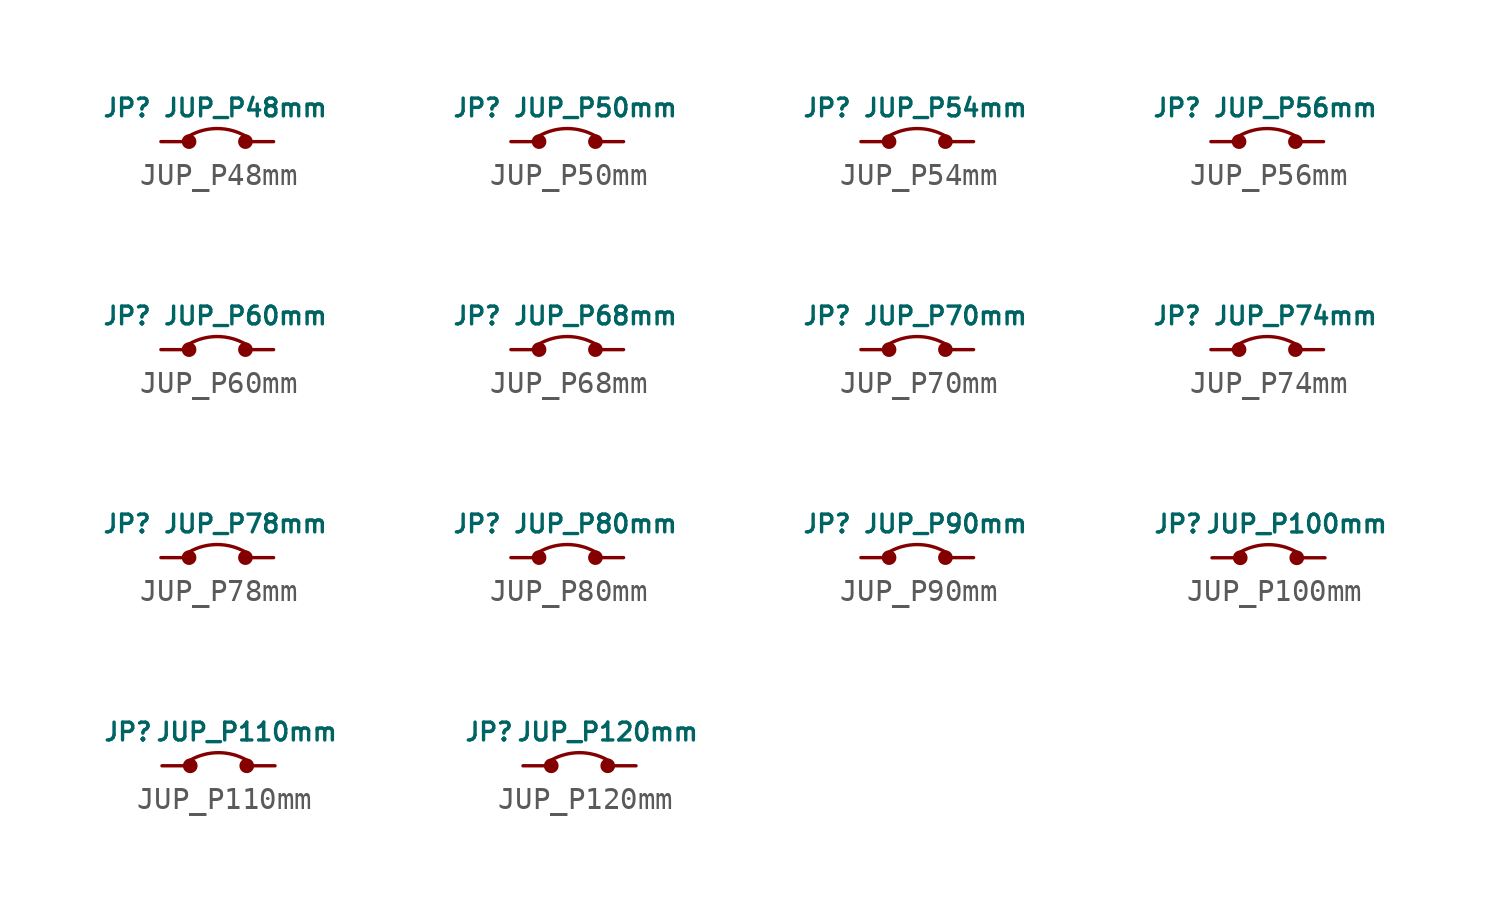
<source format=kicad_sym>
(kicad_symbol_lib
  (version 20211014)
  (generator kicad_symbol_editor)
  (symbol "JUP_P48mm"
    (property "Reference" "JP"
      (at -4.064 1.524 0)
      (effects (font (size 0.8 0.8))))
    (property "Value" "JUP_P48mm"
      (at 1.27 1.524 0)
      (effects (font (size 0.8 0.8))))
    (symbol "JUP_P48mm_0_1"
      (circle (center -1.27 0) (radius 0.254) (stroke (width 0) (type default) (color 0 0 0 0)) (fill (type outline)))
      (circle (center 1.27 0) (radius 0.254) (stroke (width 0) (type default) (color 0 0 0 0)) (fill (type outline)))
      (arc (start 1.27 0.254) (mid 0 0.5892) (end -1.27 0.254) (stroke (width 0) (type default) (color 0 0 0 0)) (fill (type none))))
    (symbol "JUP_P48mm_1_1"
      (pin passive line (at -2.54 0 0) (length 1.2) (name "" (effects (font (size 1.27 1.27)))) (number "1" (effects (font (size 0 0)))))
      (pin passive line (at 2.54 0 180) (length 1.2) (name "" (effects (font (size 1.27 1.27)))) (number "2" (effects (font (size 0 0)))))))
  (symbol "JUP_P50mm"
    (property "Reference" "JP"
      (at -4.064 1.524 0)
      (effects (font (size 0.8 0.8))))
    (property "Value" "JUP_P50mm"
      (at 1.27 1.524 0)
      (effects (font (size 0.8 0.8))))
    (symbol "JUP_P50mm_0_1"
      (circle (center -1.27 0) (radius 0.254) (stroke (width 0) (type default) (color 0 0 0 0)) (fill (type outline)))
      (circle (center 1.27 0) (radius 0.254) (stroke (width 0) (type default) (color 0 0 0 0)) (fill (type outline)))
      (arc (start 1.27 0.254) (mid 0 0.5892) (end -1.27 0.254) (stroke (width 0) (type default) (color 0 0 0 0)) (fill (type none))))
    (symbol "JUP_P50mm_1_1"
      (pin passive line (at -2.54 0 0) (length 1.2) (name "" (effects (font (size 1.27 1.27)))) (number "1" (effects (font (size 0 0)))))
      (pin passive line (at 2.54 0 180) (length 1.2) (name "" (effects (font (size 1.27 1.27)))) (number "2" (effects (font (size 0 0)))))))
  (symbol "JUP_P54mm"
    (property "Reference" "JP"
      (at -4.064 1.524 0)
      (effects (font (size 0.8 0.8))))
    (property "Value" "JUP_P54mm"
      (at 1.27 1.524 0)
      (effects (font (size 0.8 0.8))))
    (symbol "JUP_P54mm_0_1"
      (circle (center -1.27 0) (radius 0.254) (stroke (width 0) (type default) (color 0 0 0 0)) (fill (type outline)))
      (circle (center 1.27 0) (radius 0.254) (stroke (width 0) (type default) (color 0 0 0 0)) (fill (type outline)))
      (arc (start 1.27 0.254) (mid 0 0.5892) (end -1.27 0.254) (stroke (width 0) (type default) (color 0 0 0 0)) (fill (type none))))
    (symbol "JUP_P54mm_1_1"
      (pin passive line (at -2.54 0 0) (length 1.2) (name "" (effects (font (size 1.27 1.27)))) (number "1" (effects (font (size 0 0)))))
      (pin passive line (at 2.54 0 180) (length 1.2) (name "" (effects (font (size 1.27 1.27)))) (number "2" (effects (font (size 0 0)))))))
  (symbol "JUP_P56mm"
    (property "Reference" "JP"
      (at -4.064 1.524 0)
      (effects (font (size 0.8 0.8))))
    (property "Value" "JUP_P56mm"
      (at 1.27 1.524 0)
      (effects (font (size 0.8 0.8))))
    (symbol "JUP_P56mm_0_1"
      (circle (center -1.27 0) (radius 0.254) (stroke (width 0) (type default) (color 0 0 0 0)) (fill (type outline)))
      (circle (center 1.27 0) (radius 0.254) (stroke (width 0) (type default) (color 0 0 0 0)) (fill (type outline)))
      (arc (start 1.27 0.254) (mid 0 0.5892) (end -1.27 0.254) (stroke (width 0) (type default) (color 0 0 0 0)) (fill (type none))))
    (symbol "JUP_P56mm_1_1"
      (pin passive line (at -2.54 0 0) (length 1.2) (name "" (effects (font (size 1.27 1.27)))) (number "1" (effects (font (size 0 0)))))
      (pin passive line (at 2.54 0 180) (length 1.2) (name "" (effects (font (size 1.27 1.27)))) (number "2" (effects (font (size 0 0)))))))
  (symbol "JUP_P60mm"
    (property "Reference" "JP"
      (at -4.064 1.524 0)
      (effects (font (size 0.8 0.8))))
    (property "Value" "JUP_P60mm"
      (at 1.27 1.524 0)
      (effects (font (size 0.8 0.8))))
    (symbol "JUP_P60mm_0_1"
      (circle (center -1.27 0) (radius 0.254) (stroke (width 0) (type default) (color 0 0 0 0)) (fill (type outline)))
      (circle (center 1.27 0) (radius 0.254) (stroke (width 0) (type default) (color 0 0 0 0)) (fill (type outline)))
      (arc (start 1.27 0.254) (mid 0 0.5892) (end -1.27 0.254) (stroke (width 0) (type default) (color 0 0 0 0)) (fill (type none))))
    (symbol "JUP_P60mm_1_1"
      (pin passive line (at -2.54 0 0) (length 1.2) (name "" (effects (font (size 1.27 1.27)))) (number "1" (effects (font (size 0 0)))))
      (pin passive line (at 2.54 0 180) (length 1.2) (name "" (effects (font (size 1.27 1.27)))) (number "2" (effects (font (size 0 0)))))))
  (symbol "JUP_P68mm"
    (property "Reference" "JP"
      (at -4.064 1.524 0)
      (effects (font (size 0.8 0.8))))
    (property "Value" "JUP_P68mm"
      (at 1.27 1.524 0)
      (effects (font (size 0.8 0.8))))
    (symbol "JUP_P68mm_0_1"
      (circle (center -1.27 0) (radius 0.254) (stroke (width 0) (type default) (color 0 0 0 0)) (fill (type outline)))
      (circle (center 1.27 0) (radius 0.254) (stroke (width 0) (type default) (color 0 0 0 0)) (fill (type outline)))
      (arc (start 1.27 0.254) (mid 0 0.5892) (end -1.27 0.254) (stroke (width 0) (type default) (color 0 0 0 0)) (fill (type none))))
    (symbol "JUP_P68mm_1_1"
      (pin passive line (at -2.54 0 0) (length 1.2) (name "" (effects (font (size 1.27 1.27)))) (number "1" (effects (font (size 0 0)))))
      (pin passive line (at 2.54 0 180) (length 1.2) (name "" (effects (font (size 1.27 1.27)))) (number "2" (effects (font (size 0 0)))))))
  (symbol "JUP_P70mm"
    (property "Reference" "JP"
      (at -4.064 1.524 0)
      (effects (font (size 0.8 0.8))))
    (property "Value" "JUP_P70mm"
      (at 1.27 1.524 0)
      (effects (font (size 0.8 0.8))))
    (symbol "JUP_P70mm_0_1"
      (circle (center -1.27 0) (radius 0.254) (stroke (width 0) (type default) (color 0 0 0 0)) (fill (type outline)))
      (circle (center 1.27 0) (radius 0.254) (stroke (width 0) (type default) (color 0 0 0 0)) (fill (type outline)))
      (arc (start 1.27 0.254) (mid 0 0.5892) (end -1.27 0.254) (stroke (width 0) (type default) (color 0 0 0 0)) (fill (type none))))
    (symbol "JUP_P70mm_1_1"
      (pin passive line (at -2.54 0 0) (length 1.2) (name "" (effects (font (size 1.27 1.27)))) (number "1" (effects (font (size 0 0)))))
      (pin passive line (at 2.54 0 180) (length 1.2) (name "" (effects (font (size 1.27 1.27)))) (number "2" (effects (font (size 0 0)))))))
  (symbol "JUP_P74mm"
    (property "Reference" "JP"
      (at -4.064 1.524 0)
      (effects (font (size 0.8 0.8))))
    (property "Value" "JUP_P74mm"
      (at 1.27 1.524 0)
      (effects (font (size 0.8 0.8))))
    (symbol "JUP_P74mm_0_1"
      (circle (center -1.27 0) (radius 0.254) (stroke (width 0) (type default) (color 0 0 0 0)) (fill (type outline)))
      (circle (center 1.27 0) (radius 0.254) (stroke (width 0) (type default) (color 0 0 0 0)) (fill (type outline)))
      (arc (start 1.27 0.254) (mid 0 0.5892) (end -1.27 0.254) (stroke (width 0) (type default) (color 0 0 0 0)) (fill (type none))))
    (symbol "JUP_P74mm_1_1"
      (pin passive line (at -2.54 0 0) (length 1.2) (name "" (effects (font (size 1.27 1.27)))) (number "1" (effects (font (size 0 0)))))
      (pin passive line (at 2.54 0 180) (length 1.2) (name "" (effects (font (size 1.27 1.27)))) (number "2" (effects (font (size 0 0)))))))
  (symbol "JUP_P78mm"
    (property "Reference" "JP"
      (at -4.064 1.524 0)
      (effects (font (size 0.8 0.8))))
    (property "Value" "JUP_P78mm"
      (at 1.27 1.524 0)
      (effects (font (size 0.8 0.8))))
    (symbol "JUP_P78mm_0_1"
      (circle (center -1.27 0) (radius 0.254) (stroke (width 0) (type default) (color 0 0 0 0)) (fill (type outline)))
      (circle (center 1.27 0) (radius 0.254) (stroke (width 0) (type default) (color 0 0 0 0)) (fill (type outline)))
      (arc (start 1.27 0.254) (mid 0 0.5892) (end -1.27 0.254) (stroke (width 0) (type default) (color 0 0 0 0)) (fill (type none))))
    (symbol "JUP_P78mm_1_1"
      (pin passive line (at -2.54 0 0) (length 1.2) (name "" (effects (font (size 1.27 1.27)))) (number "1" (effects (font (size 0 0)))))
      (pin passive line (at 2.54 0 180) (length 1.2) (name "" (effects (font (size 1.27 1.27)))) (number "2" (effects (font (size 0 0)))))))
  (symbol "JUP_P80mm"
    (property "Reference" "JP"
      (at -4.064 1.524 0)
      (effects (font (size 0.8 0.8))))
    (property "Value" "JUP_P80mm"
      (at 1.27 1.524 0)
      (effects (font (size 0.8 0.8))))
    (symbol "JUP_P80mm_0_1"
      (circle (center -1.27 0) (radius 0.254) (stroke (width 0) (type default) (color 0 0 0 0)) (fill (type outline)))
      (circle (center 1.27 0) (radius 0.254) (stroke (width 0) (type default) (color 0 0 0 0)) (fill (type outline)))
      (arc (start 1.27 0.254) (mid 0 0.5892) (end -1.27 0.254) (stroke (width 0) (type default) (color 0 0 0 0)) (fill (type none))))
    (symbol "JUP_P80mm_1_1"
      (pin passive line (at -2.54 0 0) (length 1.2) (name "" (effects (font (size 1.27 1.27)))) (number "1" (effects (font (size 0 0)))))
      (pin passive line (at 2.54 0 180) (length 1.2) (name "" (effects (font (size 1.27 1.27)))) (number "2" (effects (font (size 0 0)))))))
  (symbol "JUP_P90mm"
    (property "Reference" "JP"
      (at -4.064 1.524 0)
      (effects (font (size 0.8 0.8))))
    (property "Value" "JUP_P90mm"
      (at 1.27 1.524 0)
      (effects (font (size 0.8 0.8))))
    (symbol "JUP_P90mm_0_1"
      (circle (center -1.27 0) (radius 0.254) (stroke (width 0) (type default) (color 0 0 0 0)) (fill (type outline)))
      (circle (center 1.27 0) (radius 0.254) (stroke (width 0) (type default) (color 0 0 0 0)) (fill (type outline)))
      (arc (start 1.27 0.254) (mid 0 0.5892) (end -1.27 0.254) (stroke (width 0) (type default) (color 0 0 0 0)) (fill (type none))))
    (symbol "JUP_P90mm_1_1"
      (pin passive line (at -2.54 0 0) (length 1.2) (name "" (effects (font (size 1.27 1.27)))) (number "1" (effects (font (size 0 0)))))
      (pin passive line (at 2.54 0 180) (length 1.2) (name "" (effects (font (size 1.27 1.27)))) (number "2" (effects (font (size 0 0)))))))
  (symbol "JUP_P100mm"
    (property "Reference" "JP"
      (at -4.064 1.524 0)
      (effects (font (size 0.8 0.8))))
    (property "Value" "JUP_P100mm"
      (at 1.27 1.524 0)
      (effects (font (size 0.8 0.8))))
    (symbol "JUP_P100mm_0_1"
      (circle (center -1.27 0) (radius 0.254) (stroke (width 0) (type default) (color 0 0 0 0)) (fill (type outline)))
      (circle (center 1.27 0) (radius 0.254) (stroke (width 0) (type default) (color 0 0 0 0)) (fill (type outline)))
      (arc (start 1.27 0.254) (mid 0 0.5892) (end -1.27 0.254) (stroke (width 0) (type default) (color 0 0 0 0)) (fill (type none))))
    (symbol "JUP_P100mm_1_1"
      (pin passive line (at -2.54 0 0) (length 1.2) (name "" (effects (font (size 1.27 1.27)))) (number "1" (effects (font (size 0 0)))))
      (pin passive line (at 2.54 0 180) (length 1.2) (name "" (effects (font (size 1.27 1.27)))) (number "2" (effects (font (size 0 0)))))))
  (symbol "JUP_P110mm"
    (property "Reference" "JP"
      (at -4.064 1.524 0)
      (effects (font (size 0.8 0.8))))
    (property "Value" "JUP_P110mm"
      (at 1.27 1.524 0)
      (effects (font (size 0.8 0.8))))
    (symbol "JUP_P110mm_0_1"
      (circle (center -1.27 0) (radius 0.254) (stroke (width 0) (type default) (color 0 0 0 0)) (fill (type outline)))
      (circle (center 1.27 0) (radius 0.254) (stroke (width 0) (type default) (color 0 0 0 0)) (fill (type outline)))
      (arc (start 1.27 0.254) (mid 0 0.5892) (end -1.27 0.254) (stroke (width 0) (type default) (color 0 0 0 0)) (fill (type none))))
    (symbol "JUP_P110mm_1_1"
      (pin passive line (at -2.54 0 0) (length 1.2) (name "" (effects (font (size 1.27 1.27)))) (number "1" (effects (font (size 0 0)))))
      (pin passive line (at 2.54 0 180) (length 1.2) (name "" (effects (font (size 1.27 1.27)))) (number "2" (effects (font (size 0 0)))))))
  (symbol "JUP_P120mm"
    (property "Reference" "JP"
      (at -4.064 1.524 0)
      (effects (font (size 0.8 0.8))))
    (property "Value" "JUP_P120mm"
      (at 1.27 1.524 0)
      (effects (font (size 0.8 0.8))))
    (symbol "JUP_P120mm_0_1"
      (circle (center -1.27 0) (radius 0.254) (stroke (width 0) (type default) (color 0 0 0 0)) (fill (type outline)))
      (circle (center 1.27 0) (radius 0.254) (stroke (width 0) (type default) (color 0 0 0 0)) (fill (type outline)))
      (arc (start 1.27 0.254) (mid 0 0.5892) (end -1.27 0.254) (stroke (width 0) (type default) (color 0 0 0 0)) (fill (type none))))
    (symbol "JUP_P120mm_1_1"
      (pin passive line (at -2.54 0 0) (length 1.2) (name "" (effects (font (size 1.27 1.27)))) (number "1" (effects (font (size 0 0)))))
      (pin passive line (at 2.54 0 180) (length 1.2) (name "" (effects (font (size 1.27 1.27)))) (number "2" (effects (font (size 0 0))))))))
</source>
